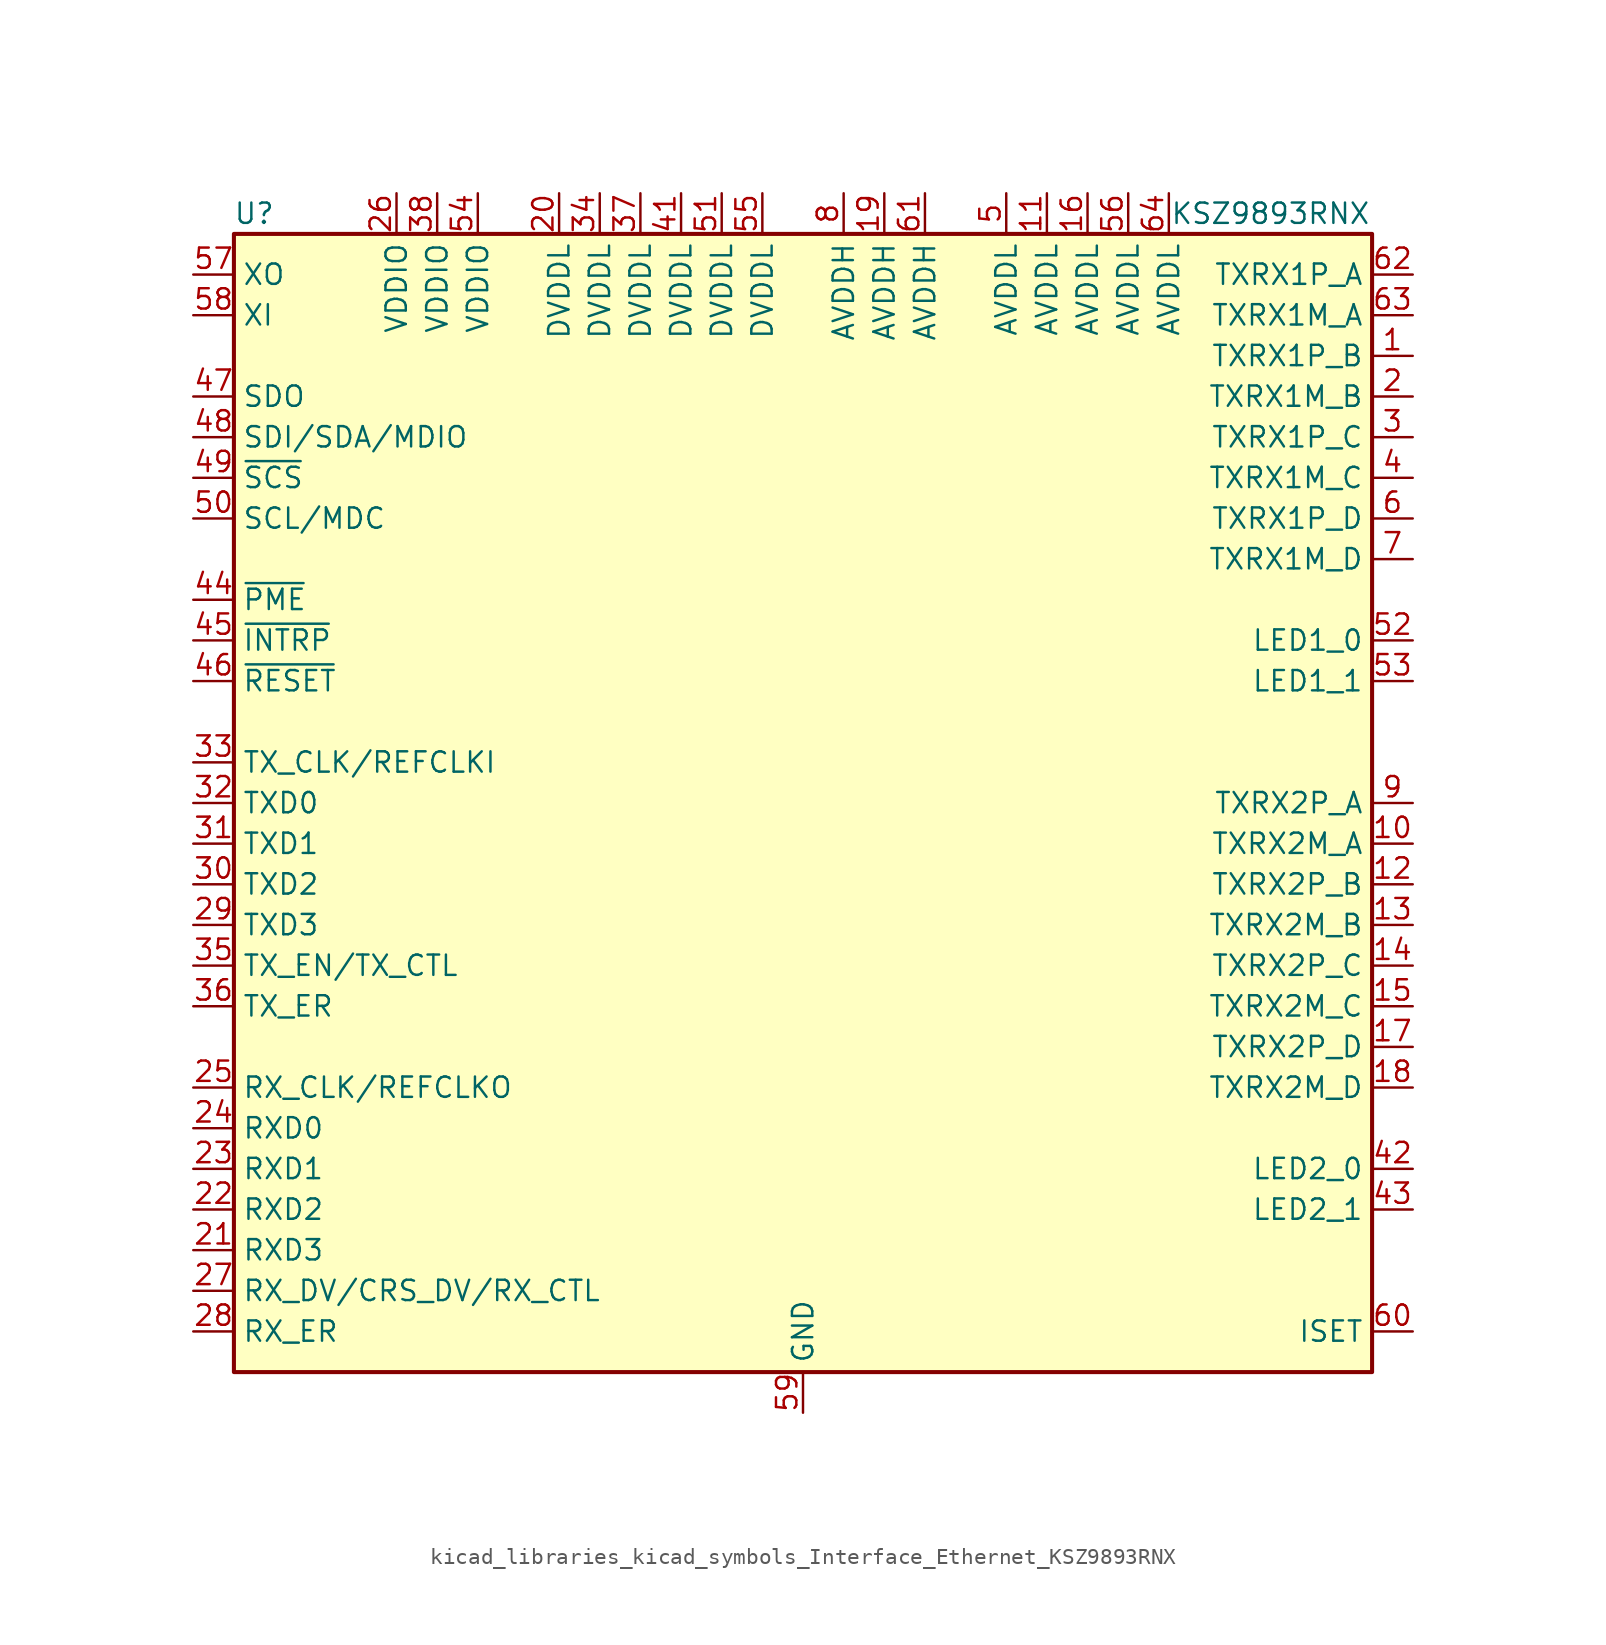
<source format=kicad_sym>
(kicad_symbol_lib
  (version 20220914)
  (generator kicad_symbol_editor)
  (symbol "kicad_libraries_kicad_symbols_Interface_Ethernet_KSZ9893RNX"
    (property "Reference" "U"
      (at -34.29 36.83 0)
      (effects (font (size 1.27 1.27))))
    (property "Value" "KSZ9893RNX"
      (at 29.21 36.83 0)
      (effects (font (size 1.27 1.27))))
    (symbol "kicad_libraries_kicad_symbols_Interface_Ethernet_KSZ9893RNX_0_1"
      (rectangle (start 35.56 -35.56) (end -35.56 35.56) (stroke (width 0.254) (type default)) (fill (type background))))
    (symbol "kicad_libraries_kicad_symbols_Interface_Ethernet_KSZ9893RNX_1_1"
      (pin passive line (at 38.1 27.94 180) (length 2.54) (name "TXRX1P_B" (effects (font (size 1.27 1.27)))) (number "1" (effects (font (size 1.27 1.27)))))
      (pin passive line (at 38.1 -2.54 180) (length 2.54) (name "TXRX2M_A" (effects (font (size 1.27 1.27)))) (number "10" (effects (font (size 1.27 1.27)))))
      (pin power_in line (at 15.24 38.1 270) (length 2.54) (name "AVDDL" (effects (font (size 1.27 1.27)))) (number "11" (effects (font (size 1.27 1.27)))))
      (pin passive line (at 38.1 -5.08 180) (length 2.54) (name "TXRX2P_B" (effects (font (size 1.27 1.27)))) (number "12" (effects (font (size 1.27 1.27)))))
      (pin passive line (at 38.1 -7.62 180) (length 2.54) (name "TXRX2M_B" (effects (font (size 1.27 1.27)))) (number "13" (effects (font (size 1.27 1.27)))))
      (pin passive line (at 38.1 -10.16 180) (length 2.54) (name "TXRX2P_C" (effects (font (size 1.27 1.27)))) (number "14" (effects (font (size 1.27 1.27)))))
      (pin passive line (at 38.1 -12.7 180) (length 2.54) (name "TXRX2M_C" (effects (font (size 1.27 1.27)))) (number "15" (effects (font (size 1.27 1.27)))))
      (pin power_in line (at 17.78 38.1 270) (length 2.54) (name "AVDDL" (effects (font (size 1.27 1.27)))) (number "16" (effects (font (size 1.27 1.27)))))
      (pin passive line (at 38.1 -15.24 180) (length 2.54) (name "TXRX2P_D" (effects (font (size 1.27 1.27)))) (number "17" (effects (font (size 1.27 1.27)))))
      (pin passive line (at 38.1 -17.78 180) (length 2.54) (name "TXRX2M_D" (effects (font (size 1.27 1.27)))) (number "18" (effects (font (size 1.27 1.27)))))
      (pin power_in line (at 5.08 38.1 270) (length 2.54) (name "AVDDH" (effects (font (size 1.27 1.27)))) (number "19" (effects (font (size 1.27 1.27)))))
      (pin passive line (at 38.1 25.4 180) (length 2.54) (name "TXRX1M_B" (effects (font (size 1.27 1.27)))) (number "2" (effects (font (size 1.27 1.27)))))
      (pin power_in line (at -15.24 38.1 270) (length 2.54) (name "DVDDL" (effects (font (size 1.27 1.27)))) (number "20" (effects (font (size 1.27 1.27)))))
      (pin output line (at -38.1 -27.94 0) (length 2.54) (name "RXD3" (effects (font (size 1.27 1.27)))) (number "21" (effects (font (size 1.27 1.27)))))
      (pin output line (at -38.1 -25.4 0) (length 2.54) (name "RXD2" (effects (font (size 1.27 1.27)))) (number "22" (effects (font (size 1.27 1.27)))))
      (pin output line (at -38.1 -22.86 0) (length 2.54) (name "RXD1" (effects (font (size 1.27 1.27)))) (number "23" (effects (font (size 1.27 1.27)))))
      (pin output line (at -38.1 -20.32 0) (length 2.54) (name "RXD0" (effects (font (size 1.27 1.27)))) (number "24" (effects (font (size 1.27 1.27)))))
      (pin output line (at -38.1 -17.78 0) (length 2.54) (name "RX_CLK/REFCLKO" (effects (font (size 1.27 1.27)))) (number "25" (effects (font (size 1.27 1.27)))))
      (pin power_in line (at -25.4 38.1 270) (length 2.54) (name "VDDIO" (effects (font (size 1.27 1.27)))) (number "26" (effects (font (size 1.27 1.27)))))
      (pin output line (at -38.1 -30.48 0) (length 2.54) (name "RX_DV/CRS_DV/RX_CTL" (effects (font (size 1.27 1.27)))) (number "27" (effects (font (size 1.27 1.27)))))
      (pin output line (at -38.1 -33.02 0) (length 2.54) (name "RX_ER" (effects (font (size 1.27 1.27)))) (number "28" (effects (font (size 1.27 1.27)))))
      (pin input line (at -38.1 -7.62 0) (length 2.54) (name "TXD3" (effects (font (size 1.27 1.27)))) (number "29" (effects (font (size 1.27 1.27)))))
      (pin passive line (at 38.1 22.86 180) (length 2.54) (name "TXRX1P_C" (effects (font (size 1.27 1.27)))) (number "3" (effects (font (size 1.27 1.27)))))
      (pin input line (at -38.1 -5.08 0) (length 2.54) (name "TXD2" (effects (font (size 1.27 1.27)))) (number "30" (effects (font (size 1.27 1.27)))))
      (pin input line (at -38.1 -2.54 0) (length 2.54) (name "TXD1" (effects (font (size 1.27 1.27)))) (number "31" (effects (font (size 1.27 1.27)))))
      (pin input line (at -38.1 0 0) (length 2.54) (name "TXD0" (effects (font (size 1.27 1.27)))) (number "32" (effects (font (size 1.27 1.27)))))
      (pin input line (at -38.1 2.54 0) (length 2.54) (name "TX_CLK/REFCLKI" (effects (font (size 1.27 1.27)))) (number "33" (effects (font (size 1.27 1.27)))))
      (pin power_in line (at -12.7 38.1 270) (length 2.54) (name "DVDDL" (effects (font (size 1.27 1.27)))) (number "34" (effects (font (size 1.27 1.27)))))
      (pin input line (at -38.1 -10.16 0) (length 2.54) (name "TX_EN/TX_CTL" (effects (font (size 1.27 1.27)))) (number "35" (effects (font (size 1.27 1.27)))))
      (pin input line (at -38.1 -12.7 0) (length 2.54) (name "TX_ER" (effects (font (size 1.27 1.27)))) (number "36" (effects (font (size 1.27 1.27)))))
      (pin power_in line (at -10.16 38.1 270) (length 2.54) (name "DVDDL" (effects (font (size 1.27 1.27)))) (number "37" (effects (font (size 1.27 1.27)))))
      (pin power_in line (at -22.86 38.1 270) (length 2.54) (name "VDDIO" (effects (font (size 1.27 1.27)))) (number "38" (effects (font (size 1.27 1.27)))))
      (pin no_connect line (at 35.56 2.54 180) (length 2.54) hide (name "NC" (effects (font (size 1.27 1.27)))) (number "39" (effects (font (size 1.27 1.27)))))
      (pin passive line (at 38.1 20.32 180) (length 2.54) (name "TXRX1M_C" (effects (font (size 1.27 1.27)))) (number "4" (effects (font (size 1.27 1.27)))))
      (pin no_connect line (at 35.56 5.08 180) (length 2.54) hide (name "NC" (effects (font (size 1.27 1.27)))) (number "40" (effects (font (size 1.27 1.27)))))
      (pin power_in line (at -7.62 38.1 270) (length 2.54) (name "DVDDL" (effects (font (size 1.27 1.27)))) (number "41" (effects (font (size 1.27 1.27)))))
      (pin output line (at 38.1 -22.86 180) (length 2.54) (name "LED2_0" (effects (font (size 1.27 1.27)))) (number "42" (effects (font (size 1.27 1.27)))))
      (pin output line (at 38.1 -25.4 180) (length 2.54) (name "LED2_1" (effects (font (size 1.27 1.27)))) (number "43" (effects (font (size 1.27 1.27)))))
      (pin output line (at -38.1 12.7 0) (length 2.54) (name "~{PME}" (effects (font (size 1.27 1.27)))) (number "44" (effects (font (size 1.27 1.27)))))
      (pin output line (at -38.1 10.16 0) (length 2.54) (name "~{INTRP}" (effects (font (size 1.27 1.27)))) (number "45" (effects (font (size 1.27 1.27)))))
      (pin input line (at -38.1 7.62 0) (length 2.54) (name "~{RESET}" (effects (font (size 1.27 1.27)))) (number "46" (effects (font (size 1.27 1.27)))))
      (pin output line (at -38.1 25.4 0) (length 2.54) (name "SDO" (effects (font (size 1.27 1.27)))) (number "47" (effects (font (size 1.27 1.27)))))
      (pin bidirectional line (at -38.1 22.86 0) (length 2.54) (name "SDI/SDA/MDIO" (effects (font (size 1.27 1.27)))) (number "48" (effects (font (size 1.27 1.27)))))
      (pin input line (at -38.1 20.32 0) (length 2.54) (name "~{SCS}" (effects (font (size 1.27 1.27)))) (number "49" (effects (font (size 1.27 1.27)))))
      (pin power_in line (at 12.7 38.1 270) (length 2.54) (name "AVDDL" (effects (font (size 1.27 1.27)))) (number "5" (effects (font (size 1.27 1.27)))))
      (pin input line (at -38.1 17.78 0) (length 2.54) (name "SCL/MDC" (effects (font (size 1.27 1.27)))) (number "50" (effects (font (size 1.27 1.27)))))
      (pin power_in line (at -5.08 38.1 270) (length 2.54) (name "DVDDL" (effects (font (size 1.27 1.27)))) (number "51" (effects (font (size 1.27 1.27)))))
      (pin output line (at 38.1 10.16 180) (length 2.54) (name "LED1_0" (effects (font (size 1.27 1.27)))) (number "52" (effects (font (size 1.27 1.27)))))
      (pin output line (at 38.1 7.62 180) (length 2.54) (name "LED1_1" (effects (font (size 1.27 1.27)))) (number "53" (effects (font (size 1.27 1.27)))))
      (pin power_in line (at -20.32 38.1 270) (length 2.54) (name "VDDIO" (effects (font (size 1.27 1.27)))) (number "54" (effects (font (size 1.27 1.27)))))
      (pin power_in line (at -2.54 38.1 270) (length 2.54) (name "DVDDL" (effects (font (size 1.27 1.27)))) (number "55" (effects (font (size 1.27 1.27)))))
      (pin power_in line (at 20.32 38.1 270) (length 2.54) (name "AVDDL" (effects (font (size 1.27 1.27)))) (number "56" (effects (font (size 1.27 1.27)))))
      (pin output line (at -38.1 33.02 0) (length 2.54) (name "XO" (effects (font (size 1.27 1.27)))) (number "57" (effects (font (size 1.27 1.27)))))
      (pin input line (at -38.1 30.48 0) (length 2.54) (name "XI" (effects (font (size 1.27 1.27)))) (number "58" (effects (font (size 1.27 1.27)))))
      (pin power_in line (at 0 -38.1 90) (length 2.54) (name "GND" (effects (font (size 1.27 1.27)))) (number "59" (effects (font (size 1.27 1.27)))))
      (pin passive line (at 38.1 17.78 180) (length 2.54) (name "TXRX1P_D" (effects (font (size 1.27 1.27)))) (number "6" (effects (font (size 1.27 1.27)))))
      (pin passive line (at 38.1 -33.02 180) (length 2.54) (name "ISET" (effects (font (size 1.27 1.27)))) (number "60" (effects (font (size 1.27 1.27)))))
      (pin power_in line (at 7.62 38.1 270) (length 2.54) (name "AVDDH" (effects (font (size 1.27 1.27)))) (number "61" (effects (font (size 1.27 1.27)))))
      (pin passive line (at 38.1 33.02 180) (length 2.54) (name "TXRX1P_A" (effects (font (size 1.27 1.27)))) (number "62" (effects (font (size 1.27 1.27)))))
      (pin passive line (at 38.1 30.48 180) (length 2.54) (name "TXRX1M_A" (effects (font (size 1.27 1.27)))) (number "63" (effects (font (size 1.27 1.27)))))
      (pin power_in line (at 22.86 38.1 270) (length 2.54) (name "AVDDL" (effects (font (size 1.27 1.27)))) (number "64" (effects (font (size 1.27 1.27)))))
      (pin passive line (at 0 -38.1 90) (length 2.54) hide (name "GND" (effects (font (size 1.27 1.27)))) (number "65" (effects (font (size 1.27 1.27)))))
      (pin passive line (at 38.1 15.24 180) (length 2.54) (name "TXRX1M_D" (effects (font (size 1.27 1.27)))) (number "7" (effects (font (size 1.27 1.27)))))
      (pin power_in line (at 2.54 38.1 270) (length 2.54) (name "AVDDH" (effects (font (size 1.27 1.27)))) (number "8" (effects (font (size 1.27 1.27)))))
      (pin passive line (at 38.1 0 180) (length 2.54) (name "TXRX2P_A" (effects (font (size 1.27 1.27)))) (number "9" (effects (font (size 1.27 1.27))))))))
</source>
